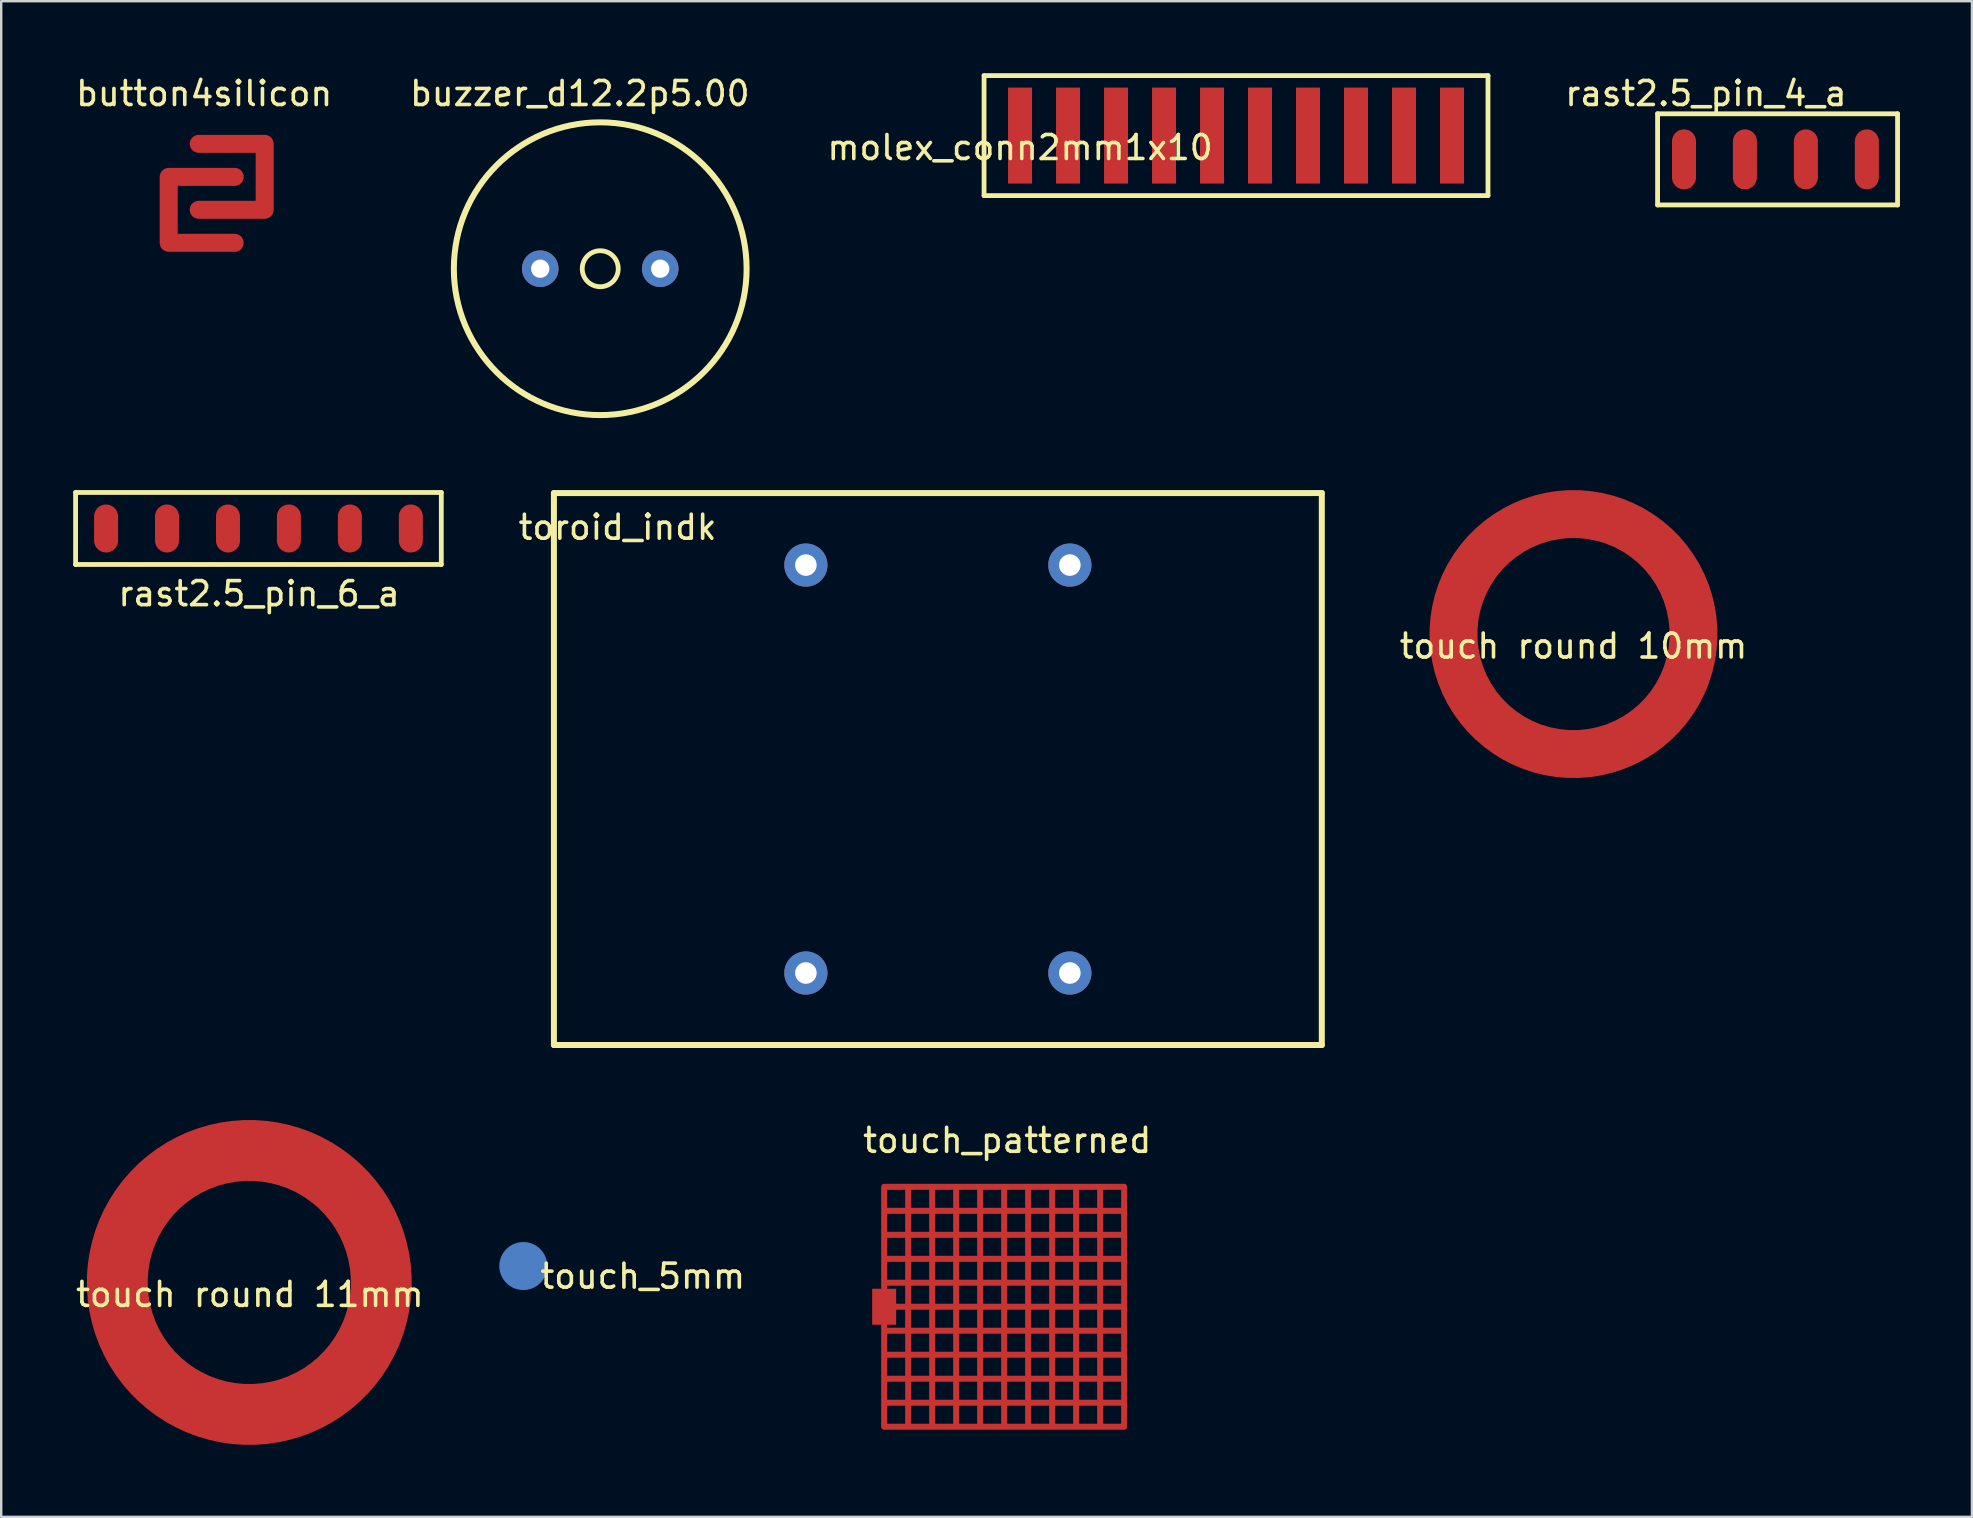
<source format=kicad_pcb>
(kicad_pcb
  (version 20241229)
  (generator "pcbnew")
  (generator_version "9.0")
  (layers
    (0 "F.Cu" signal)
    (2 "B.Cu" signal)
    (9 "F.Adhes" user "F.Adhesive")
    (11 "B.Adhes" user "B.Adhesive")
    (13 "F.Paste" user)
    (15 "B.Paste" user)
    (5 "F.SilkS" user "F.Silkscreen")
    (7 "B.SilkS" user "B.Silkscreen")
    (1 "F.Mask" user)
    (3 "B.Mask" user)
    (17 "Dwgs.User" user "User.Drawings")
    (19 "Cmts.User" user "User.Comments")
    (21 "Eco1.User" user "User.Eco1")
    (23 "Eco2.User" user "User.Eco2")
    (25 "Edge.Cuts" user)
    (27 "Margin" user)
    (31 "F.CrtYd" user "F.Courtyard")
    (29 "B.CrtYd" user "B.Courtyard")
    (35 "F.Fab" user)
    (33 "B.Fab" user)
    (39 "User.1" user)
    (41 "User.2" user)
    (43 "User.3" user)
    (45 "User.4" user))
  (footprint "touch round 11mm"
    (layer "F.Cu")
    (at 7.363 50.393)
    (property "Reference" "touch round 11mm" (at 0 0.5 0) (layer "F.SilkS") (effects (font (size 1 1) (thickness 0.15))))
    (attr through_hole)
    (pad "1" smd custom (at -5.537 0.051) (size 1.524 1.524) (layers "F.Cu" "F.Mask" "F.Paste") (options (anchor circle)) (primitives (gr_circle (center 5.512 -0.051) (end 11.012 -0.051) (width 2.54) (fill no)))))
  (footprint "toroid_indk"
    (layer "F.Cu")
    (at 30.533 20.498)
    (property "Reference" "toroid_indk" (at -7.849 -1.575 0) (layer "F.SilkS") (effects (font (size 1 1) (thickness 0.15))))
    (attr through_hole)
    (fp_line (start -10.5 -3) (end -10.5 20) (stroke (width 0.25) (type solid)) (layer "F.SilkS"))
    (fp_line (start -10.5 20) (end 21.5 20) (stroke (width 0.25) (type solid)) (layer "F.SilkS"))
    (fp_line (start 21.5 -3) (end -10.5 -3) (stroke (width 0.25) (type solid)) (layer "F.SilkS"))
    (fp_line (start 21.5 20) (end 21.5 -3) (stroke (width 0.25) (type solid)) (layer "F.SilkS"))
    (pad "1" thru_hole circle (at 0 0) (size 1.8 1.8) (drill 0.9) (layers "*.Cu" "*.Mask"))
    (pad "2" thru_hole circle (at 11 0) (size 1.8 1.8) (drill 0.9) (layers "*.Cu" "*.Mask"))
    (pad "3" thru_hole circle (at 11 17) (size 1.8 1.8) (drill 0.9) (layers "*.Cu" "*.Mask"))
    (pad "4" thru_hole circle (at 0 17) (size 1.8 1.8) (drill 0.9) (layers "*.Cu" "*.Mask")))
  (footprint "touch_patterned"
    (layer "F.Cu")
    (at 38.795 51.406)
    (property "Reference" "touch_patterned" (at 0.127 -6.934 0) (layer "F.SilkS") (effects (font (size 1 1) (thickness 0.15))))
    (attr through_hole)
    (pad "1" smd custom (at -5 0) (size 1 1.5) (layers "F.Cu" "F.Mask" "F.Paste") (options (anchor rect)) (primitives (gr_line (start 0 -5) (end 10 -5) (width 0.25)) (gr_line (start 2 -5) (end 2 5) (width 0.25)) (gr_line (start 4 -5) (end 4 5) (width 0.25)) (gr_line (start 8 -5) (end 8 5) (width 0.25)) (gr_line (start 5 -5) (end 5 5) (width 0.25)) (gr_line (start 1 -5) (end 1 5) (width 0.25)) (gr_line (start 6 -5) (end 6 5) (width 0.25)) (gr_line (start 7 -5) (end 7 5) (width 0.25)) (gr_line (start 3 -5) (end 3 5) (width 0.25)) (gr_line (start 9 -5) (end 9 5) (width 0.25)) (gr_line (start 10 -5) (end 10 5) (width 0.25)) (gr_line (start 0 -2) (end 10 -2) (width 0.25)) (gr_line (start 0 -5) (end 0 5) (width 0.25)) (gr_line (start 0 0) (end 10 0) (width 0.25)) (gr_line (start 0 -4) (end 10 -4) (width 0.25)) (gr_line (start 0 -3) (end 10 -3) (width 0.25)) (gr_line (start 0 4) (end 10 4) (width 0.25)) (gr_line (start 0 -1) (end 10 -1) (width 0.25)) (gr_line (start 0 2) (end 10 2) (width 0.25)) (gr_line (start 0 5) (end 10 5) (width 0.25)) (gr_line (start 0 1) (end 10 1) (width 0.25)) (gr_line (start 0 3) (end 10 3) (width 0.25)))))
  (footprint "touch round 10mm"
    (layer "F.Cu")
    (at 62.521 23.373)
    (property "Reference" "touch round 10mm" (at 0 0.5 0) (layer "F.SilkS") (effects (font (size 1 1) (thickness 0.15))))
    (attr through_hole)
    (pad "1" smd custom (at -4.928 0.025) (size 1.524 1.524) (layers "F.Cu" "F.Mask" "F.Paste") (options (anchor circle)) (primitives (gr_circle (center 4.928 -0.025) (end 9.928 -0.025) (width 2) (fill no)))))
  (footprint "button4silicon"
    (layer "F.Cu")
    (at 5.23 2.944)
    (property "Reference" "button4silicon" (at 0.229 -2.095 0) (layer "F.SilkS") (effects (font (size 1 1) (thickness 0.15))))
    (attr through_hole)
    (pad "1" smd custom (at 0 0) (size 0.75 0.75) (layers "F.Cu" "F.Mask" "F.Paste") (options (anchor circle)) (primitives (gr_line (start 0 0) (end 2.75 0) (width 0.75)) (gr_line (start 2.75 0) (end 2.75 2.75) (width 0.75)) (gr_line (start 0 2.75) (end 2.75 2.75) (width 0.75))))
    (pad "2" smd custom (at 1.499 4.128) (size 0.75 0.75) (layers "F.Cu" "F.Mask" "F.Paste") (options (anchor circle)) (primitives (gr_line (start 0.001 -0.003) (end -2.749 -0.003) (width 0.75)) (gr_line (start -2.749 -2.752) (end 0.001 -2.752) (width 0.75)) (gr_line (start -2.749 -0.003) (end -2.749 -2.752) (width 0.75)))))
  (footprint "touch_5mm"
    (layer "F.Cu")
    (at 23.736 49.633)
    (property "Reference" "touch_5mm" (at 0 0.5 0) (layer "F.SilkS") (effects (font (size 1 1) (thickness 0.15))))
    (attr through_hole)
    (fp_circle (center 0.025 0.025) (end 4.343 2.616) (stroke (width 2) (type solid)) (fill no) (layer "B.Paste"))
    (pad "1" smd circle (at -4.978 0.076) (size 2 2) (layers "B.Cu" "B.Mask" "B.Paste")))
  (footprint "rast2.5_pin_6_a"
    (layer "F.Cu")
    (at 1.37 18.973)
    (property "Reference" "rast2.5_pin_6_a" (at 6.375 2.718 0) (layer "F.SilkS") (effects (font (size 1 1) (thickness 0.15))))
    (attr through_hole)
    (fp_line (start -1.27 -1.5) (end -1.27 1.5) (stroke (width 0.2) (type solid)) (layer "F.SilkS"))
    (fp_line (start -1.27 1.5) (end 13.97 1.5) (stroke (width 0.2) (type solid)) (layer "F.SilkS"))
    (fp_line (start 13.97 -1.5) (end -1.27 -1.5) (stroke (width 0.2) (type solid)) (layer "F.SilkS"))
    (fp_line (start 13.97 1.5) (end 13.97 -1.5) (stroke (width 0.2) (type solid)) (layer "F.SilkS"))
    (pad "1" smd oval (at 0 0) (size 1 2) (layers "F.Cu" "F.Mask" "F.Paste"))
    (pad "2" smd oval (at 2.54 0) (size 1 2) (layers "F.Cu" "F.Mask" "F.Paste"))
    (pad "3" smd oval (at 5.08 0) (size 1 2) (layers "F.Cu" "F.Mask" "F.Paste"))
    (pad "4" smd oval (at 7.62 0) (size 1 2) (layers "F.Cu" "F.Mask" "F.Paste"))
    (pad "5" smd oval (at 10.16 0) (size 1 2) (layers "F.Cu" "F.Mask" "F.Paste"))
    (pad "6" smd oval (at 12.7 0) (size 1 2) (layers "F.Cu" "F.Mask" "F.Paste")))
  (footprint "rast2.5_pin_4_a"
    (layer "F.Cu")
    (at 67.126 3.591)
    (property "Reference" "rast2.5_pin_4_a" (at 0.914 -2.743 0) (layer "F.SilkS") (effects (font (size 1 1) (thickness 0.15))))
    (attr through_hole)
    (fp_line (start -1.1 -1.9) (end 8.9 -1.9) (stroke (width 0.2) (type solid)) (layer "F.SilkS"))
    (fp_line (start -1.1 1.9) (end -1.1 -1.9) (stroke (width 0.2) (type solid)) (layer "F.SilkS"))
    (fp_line (start 8.9 -1.9) (end 8.9 1.9) (stroke (width 0.2) (type solid)) (layer "F.SilkS"))
    (fp_line (start 8.9 1.9) (end -1.1 1.9) (stroke (width 0.2) (type solid)) (layer "F.SilkS"))
    (pad "1" smd oval (at 0 0) (size 1 2.5) (layers "F.Cu" "F.Mask" "F.Paste"))
    (pad "2" smd oval (at 2.54 0) (size 1 2.5) (layers "F.Cu" "F.Mask" "F.Paste"))
    (pad "3" smd oval (at 5.08 0) (size 1 2.5) (layers "F.Cu" "F.Mask" "F.Paste"))
    (pad "4" smd oval (at 7.62 0) (size 1 2.5) (layers "F.Cu" "F.Mask" "F.Paste")))
  (footprint "molex_conn2mm1x10"
    (layer "F.Cu")
    (at 39.458 2.6)
    (property "Reference" "molex_conn2mm1x10" (at 0 0.5 0) (layer "F.SilkS") (effects (font (size 1 1) (thickness 0.15))))
    (attr through_hole)
    (fp_line (start -1.5 -2.5) (end 19.5 -2.5) (stroke (width 0.2) (type solid)) (layer "F.SilkS"))
    (fp_line (start -1.5 2.5) (end -1.5 -2.5) (stroke (width 0.2) (type solid)) (layer "F.SilkS"))
    (fp_line (start 19.5 -2.5) (end 19.5 2.5) (stroke (width 0.2) (type solid)) (layer "F.SilkS"))
    (fp_line (start 19.5 2.5) (end -1.5 2.5) (stroke (width 0.2) (type solid)) (layer "F.SilkS"))
    (pad "1" smd rect (at 0 0) (size 1 4) (layers "F.Cu" "F.Mask" "F.Paste"))
    (pad "2" smd rect (at 2 0) (size 1 4) (layers "F.Cu" "F.Mask" "F.Paste"))
    (pad "3" smd rect (at 4 0) (size 1 4) (layers "F.Cu" "F.Mask" "F.Paste"))
    (pad "4" smd rect (at 6 0) (size 1 4) (layers "F.Cu" "F.Mask" "F.Paste"))
    (pad "5" smd rect (at 8 0) (size 1 4) (layers "F.Cu" "F.Mask" "F.Paste"))
    (pad "6" smd rect (at 10 0) (size 1 4) (layers "F.Cu" "F.Mask" "F.Paste"))
    (pad "7" smd rect (at 12 0) (size 1 4) (layers "F.Cu" "F.Mask" "F.Paste"))
    (pad "8" smd rect (at 14 0) (size 1 4) (layers "F.Cu" "F.Mask" "F.Paste"))
    (pad "9" smd rect (at 16 0) (size 1 4) (layers "F.Cu" "F.Mask" "F.Paste"))
    (pad "10" smd rect (at 18 0) (size 1 4) (layers "F.Cu" "F.Mask" "F.Paste")))
  (footprint "buzzer_d12.2p5.00"
    (layer "F.Cu")
    (at 19.463 8.148)
    (property "Reference" "buzzer_d12.2p5.00" (at 1.65 -7.3 0) (layer "F.SilkS") (effects (font (size 1 1) (thickness 0.15))))
    (attr through_hole)
    (fp_circle (center 2.5 0) (end 3.25 0) (stroke (width 0.2) (type solid)) (fill no) (layer "F.SilkS"))
    (fp_circle (center 2.5 0) (end 8.6 0) (stroke (width 0.25) (type solid)) (fill no) (layer "F.SilkS"))
    (pad "1" thru_hole circle (at 0 0) (size 1.524 1.524) (drill 0.762) (layers "*.Cu" "*.Mask"))
    (pad "2" thru_hole circle (at 5 0) (size 1.524 1.524) (drill 0.762) (layers "*.Cu" "*.Mask")))
  (gr_rect
    (start -3 -3)
    (end 79.126 60.163)
    (stroke (width 0.1) (type default))
    (fill no)
    (layer "Edge.Cuts")))
</source>
